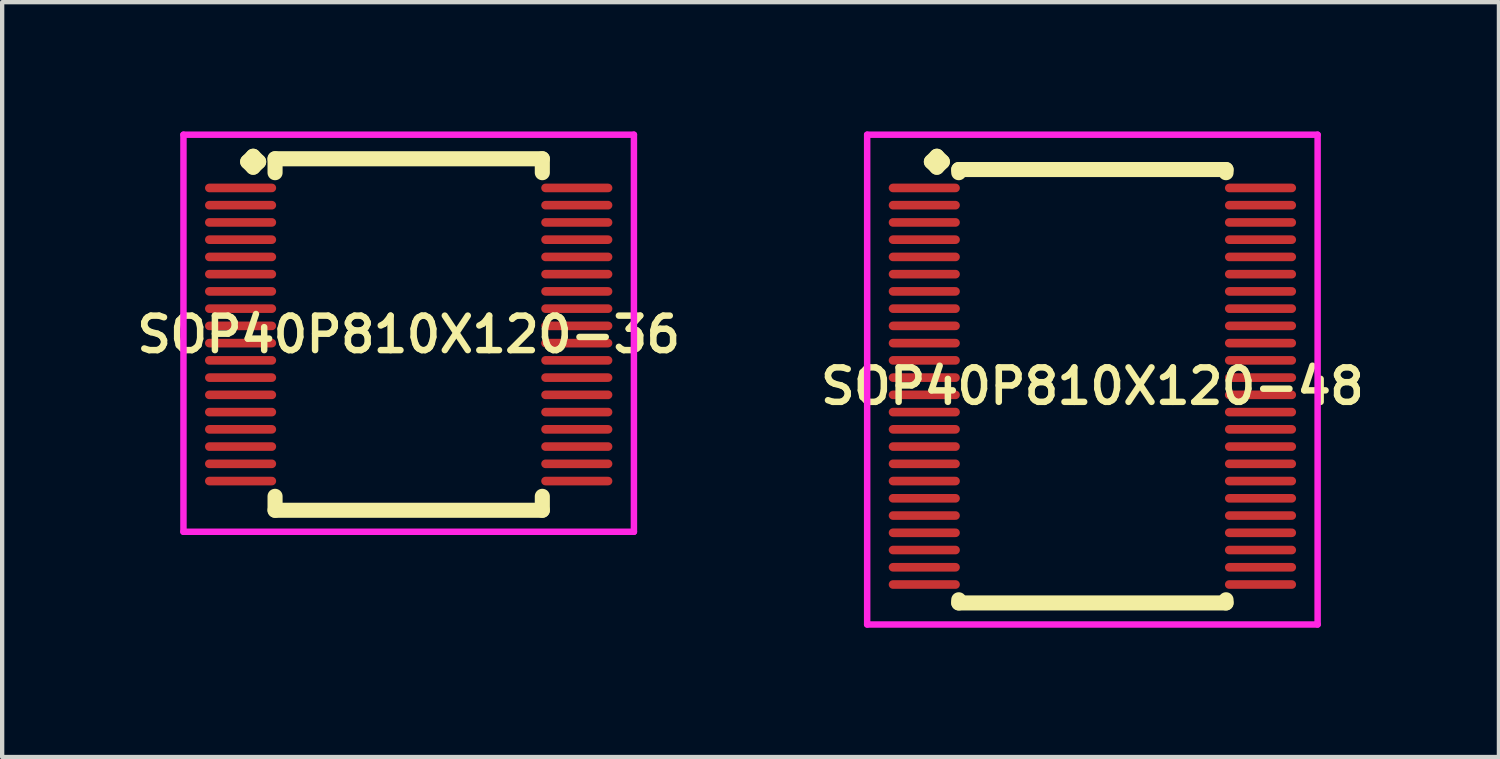
<source format=kicad_pcb>
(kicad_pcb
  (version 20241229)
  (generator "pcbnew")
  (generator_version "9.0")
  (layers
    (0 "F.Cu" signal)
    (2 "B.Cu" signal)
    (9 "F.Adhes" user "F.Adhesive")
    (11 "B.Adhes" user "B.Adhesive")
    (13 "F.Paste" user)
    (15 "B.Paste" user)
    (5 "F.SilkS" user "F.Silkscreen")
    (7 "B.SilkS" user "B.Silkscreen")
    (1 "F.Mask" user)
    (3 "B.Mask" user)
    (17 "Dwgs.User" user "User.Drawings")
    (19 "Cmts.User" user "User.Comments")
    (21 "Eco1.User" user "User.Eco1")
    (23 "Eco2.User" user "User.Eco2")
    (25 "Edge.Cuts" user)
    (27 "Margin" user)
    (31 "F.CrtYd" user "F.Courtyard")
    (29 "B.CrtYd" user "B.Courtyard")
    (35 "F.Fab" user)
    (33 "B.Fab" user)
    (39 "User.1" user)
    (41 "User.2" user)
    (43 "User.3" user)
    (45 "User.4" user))
  (footprint "SOP40P810X120-48"
    (layer "F.Cu")
    (at 22.292 5.91)
    (property "Reference" "SOP40P810X120-48" (at 0 0 0) (layer "F.SilkS") (effects (font (size 0.8 0.8) (thickness 0.15))))
    (attr through_hole)
    (fp_line (start -3.735 -5.208) (end -3.608 -5.335) (stroke (width 0.35) (type solid)) (layer "F.SilkS"))
    (fp_line (start -3.608 -5.335) (end -3.481 -5.208) (stroke (width 0.35) (type solid)) (layer "F.SilkS"))
    (fp_line (start -3.608 -5.081) (end -3.735 -5.208) (stroke (width 0.35) (type solid)) (layer "F.SilkS"))
    (fp_line (start -3.481 -5.208) (end -3.608 -5.081) (stroke (width 0.35) (type solid)) (layer "F.SilkS"))
    (fp_line (start -3.1 -5.027) (end 3.1 -5.027) (stroke (width 0.35) (type solid)) (layer "F.SilkS"))
    (fp_line (start -3.1 -4.954) (end -3.1 -5.027) (stroke (width 0.35) (type solid)) (layer "F.SilkS"))
    (fp_line (start -3.1 4.954) (end -3.1 5.027) (stroke (width 0.35) (type solid)) (layer "F.SilkS"))
    (fp_line (start -3.1 5.027) (end 3.1 5.027) (stroke (width 0.35) (type solid)) (layer "F.SilkS"))
    (fp_line (start 3.1 -5.027) (end 3.1 -4.954) (stroke (width 0.35) (type solid)) (layer "F.SilkS"))
    (fp_line (start 3.1 5.027) (end 3.1 4.954) (stroke (width 0.35) (type solid)) (layer "F.SilkS"))
    (fp_line (start -5.225 -5.835) (end 5.225 -5.835) (stroke (width 0.15) (type solid)) (layer "F.CrtYd"))
    (fp_line (start -5.225 5.527) (end -5.225 -5.835) (stroke (width 0.15) (type solid)) (layer "F.CrtYd"))
    (fp_line (start 5.225 -5.835) (end 5.225 5.527) (stroke (width 0.15) (type solid)) (layer "F.CrtYd"))
    (fp_line (start 5.225 5.527) (end -5.225 5.527) (stroke (width 0.15) (type solid)) (layer "F.CrtYd"))
    (pad "1" smd oval (at -3.9 -4.6) (size 1.65 0.2) (layers "F.Cu" "F.Mask" "F.Paste"))
    (pad "2" smd oval (at -3.9 -4.2) (size 1.65 0.2) (layers "F.Cu" "F.Mask" "F.Paste"))
    (pad "3" smd oval (at -3.9 -3.8) (size 1.65 0.2) (layers "F.Cu" "F.Mask" "F.Paste"))
    (pad "4" smd oval (at -3.9 -3.4) (size 1.65 0.2) (layers "F.Cu" "F.Mask" "F.Paste"))
    (pad "5" smd oval (at -3.9 -3) (size 1.65 0.2) (layers "F.Cu" "F.Mask" "F.Paste"))
    (pad "6" smd oval (at -3.9 -2.6) (size 1.65 0.2) (layers "F.Cu" "F.Mask" "F.Paste"))
    (pad "7" smd oval (at -3.9 -2.2) (size 1.65 0.2) (layers "F.Cu" "F.Mask" "F.Paste"))
    (pad "8" smd oval (at -3.9 -1.8) (size 1.65 0.2) (layers "F.Cu" "F.Mask" "F.Paste"))
    (pad "9" smd oval (at -3.9 -1.4) (size 1.65 0.2) (layers "F.Cu" "F.Mask" "F.Paste"))
    (pad "10" smd oval (at -3.9 -1) (size 1.65 0.2) (layers "F.Cu" "F.Mask" "F.Paste"))
    (pad "11" smd oval (at -3.9 -0.6) (size 1.65 0.2) (layers "F.Cu" "F.Mask" "F.Paste"))
    (pad "12" smd oval (at -3.9 -0.2) (size 1.65 0.2) (layers "F.Cu" "F.Mask" "F.Paste"))
    (pad "13" smd oval (at -3.9 0.2) (size 1.65 0.2) (layers "F.Cu" "F.Mask" "F.Paste"))
    (pad "14" smd oval (at -3.9 0.6) (size 1.65 0.2) (layers "F.Cu" "F.Mask" "F.Paste"))
    (pad "15" smd oval (at -3.9 1) (size 1.65 0.2) (layers "F.Cu" "F.Mask" "F.Paste"))
    (pad "16" smd oval (at -3.9 1.4) (size 1.65 0.2) (layers "F.Cu" "F.Mask" "F.Paste"))
    (pad "17" smd oval (at -3.9 1.8) (size 1.65 0.2) (layers "F.Cu" "F.Mask" "F.Paste"))
    (pad "18" smd oval (at -3.9 2.2) (size 1.65 0.2) (layers "F.Cu" "F.Mask" "F.Paste"))
    (pad "19" smd oval (at -3.9 2.6) (size 1.65 0.2) (layers "F.Cu" "F.Mask" "F.Paste"))
    (pad "20" smd oval (at -3.9 3) (size 1.65 0.2) (layers "F.Cu" "F.Mask" "F.Paste"))
    (pad "21" smd oval (at -3.9 3.4) (size 1.65 0.2) (layers "F.Cu" "F.Mask" "F.Paste"))
    (pad "22" smd oval (at -3.9 3.8) (size 1.65 0.2) (layers "F.Cu" "F.Mask" "F.Paste"))
    (pad "23" smd oval (at -3.9 4.2) (size 1.65 0.2) (layers "F.Cu" "F.Mask" "F.Paste"))
    (pad "24" smd oval (at -3.9 4.6) (size 1.65 0.2) (layers "F.Cu" "F.Mask" "F.Paste"))
    (pad "25" smd oval (at 3.9 4.6) (size 1.65 0.2) (layers "F.Cu" "F.Mask" "F.Paste"))
    (pad "26" smd oval (at 3.9 4.2) (size 1.65 0.2) (layers "F.Cu" "F.Mask" "F.Paste"))
    (pad "27" smd oval (at 3.9 3.8) (size 1.65 0.2) (layers "F.Cu" "F.Mask" "F.Paste"))
    (pad "28" smd oval (at 3.9 3.4) (size 1.65 0.2) (layers "F.Cu" "F.Mask" "F.Paste"))
    (pad "29" smd oval (at 3.9 3) (size 1.65 0.2) (layers "F.Cu" "F.Mask" "F.Paste"))
    (pad "30" smd oval (at 3.9 2.6) (size 1.65 0.2) (layers "F.Cu" "F.Mask" "F.Paste"))
    (pad "31" smd oval (at 3.9 2.2) (size 1.65 0.2) (layers "F.Cu" "F.Mask" "F.Paste"))
    (pad "32" smd oval (at 3.9 1.8) (size 1.65 0.2) (layers "F.Cu" "F.Mask" "F.Paste"))
    (pad "33" smd oval (at 3.9 1.4) (size 1.65 0.2) (layers "F.Cu" "F.Mask" "F.Paste"))
    (pad "34" smd oval (at 3.9 1) (size 1.65 0.2) (layers "F.Cu" "F.Mask" "F.Paste"))
    (pad "35" smd oval (at 3.9 0.6) (size 1.65 0.2) (layers "F.Cu" "F.Mask" "F.Paste"))
    (pad "36" smd oval (at 3.9 0.2) (size 1.65 0.2) (layers "F.Cu" "F.Mask" "F.Paste"))
    (pad "37" smd oval (at 3.9 -0.2) (size 1.65 0.2) (layers "F.Cu" "F.Mask" "F.Paste"))
    (pad "38" smd oval (at 3.9 -0.6) (size 1.65 0.2) (layers "F.Cu" "F.Mask" "F.Paste"))
    (pad "39" smd oval (at 3.9 -1) (size 1.65 0.2) (layers "F.Cu" "F.Mask" "F.Paste"))
    (pad "40" smd oval (at 3.9 -1.4) (size 1.65 0.2) (layers "F.Cu" "F.Mask" "F.Paste"))
    (pad "41" smd oval (at 3.9 -1.8) (size 1.65 0.2) (layers "F.Cu" "F.Mask" "F.Paste"))
    (pad "42" smd oval (at 3.9 -2.2) (size 1.65 0.2) (layers "F.Cu" "F.Mask" "F.Paste"))
    (pad "43" smd oval (at 3.9 -2.6) (size 1.65 0.2) (layers "F.Cu" "F.Mask" "F.Paste"))
    (pad "44" smd oval (at 3.9 -3) (size 1.65 0.2) (layers "F.Cu" "F.Mask" "F.Paste"))
    (pad "45" smd oval (at 3.9 -3.4) (size 1.65 0.2) (layers "F.Cu" "F.Mask" "F.Paste"))
    (pad "46" smd oval (at 3.9 -3.8) (size 1.65 0.2) (layers "F.Cu" "F.Mask" "F.Paste"))
    (pad "47" smd oval (at 3.9 -4.2) (size 1.65 0.2) (layers "F.Cu" "F.Mask" "F.Paste"))
    (pad "48" smd oval (at 3.9 -4.6) (size 1.65 0.2) (layers "F.Cu" "F.Mask" "F.Paste")))
  (footprint "SOP40P810X120-36"
    (layer "F.Cu")
    (at 6.431 4.71)
    (property "Reference" "SOP40P810X120-36" (at 0 0 0) (layer "F.SilkS") (effects (font (size 0.8 0.8) (thickness 0.15))))
    (attr smd)
    (fp_line (start -3.735 -4.008) (end -3.608 -4.135) (stroke (width 0.35) (type solid)) (layer "F.SilkS"))
    (fp_line (start -3.608 -4.135) (end -3.481 -4.008) (stroke (width 0.35) (type solid)) (layer "F.SilkS"))
    (fp_line (start -3.608 -3.881) (end -3.735 -4.008) (stroke (width 0.35) (type solid)) (layer "F.SilkS"))
    (fp_line (start -3.481 -4.008) (end -3.608 -3.881) (stroke (width 0.35) (type solid)) (layer "F.SilkS"))
    (fp_line (start -3.1 -4.077) (end 3.1 -4.077) (stroke (width 0.35) (type solid)) (layer "F.SilkS"))
    (fp_line (start -3.1 -3.754) (end -3.1 -4.077) (stroke (width 0.35) (type solid)) (layer "F.SilkS"))
    (fp_line (start -3.1 3.754) (end -3.1 4.077) (stroke (width 0.35) (type solid)) (layer "F.SilkS"))
    (fp_line (start -3.1 4.077) (end 3.1 4.077) (stroke (width 0.35) (type solid)) (layer "F.SilkS"))
    (fp_line (start 3.1 -4.077) (end 3.1 -3.754) (stroke (width 0.35) (type solid)) (layer "F.SilkS"))
    (fp_line (start 3.1 4.077) (end 3.1 3.754) (stroke (width 0.35) (type solid)) (layer "F.SilkS"))
    (fp_line (start -5.225 -4.635) (end 5.225 -4.635) (stroke (width 0.15) (type solid)) (layer "F.CrtYd"))
    (fp_line (start -5.225 4.577) (end -5.225 -4.635) (stroke (width 0.15) (type solid)) (layer "F.CrtYd"))
    (fp_line (start 5.225 -4.635) (end 5.225 4.577) (stroke (width 0.15) (type solid)) (layer "F.CrtYd"))
    (fp_line (start 5.225 4.577) (end -5.225 4.577) (stroke (width 0.15) (type solid)) (layer "F.CrtYd"))
    (pad "1" smd oval (at -3.9 -3.4) (size 1.65 0.2) (layers "F.Cu" "F.Mask" "F.Paste"))
    (pad "2" smd oval (at -3.9 -3) (size 1.65 0.2) (layers "F.Cu" "F.Mask" "F.Paste"))
    (pad "3" smd oval (at -3.9 -2.6) (size 1.65 0.2) (layers "F.Cu" "F.Mask" "F.Paste"))
    (pad "4" smd oval (at -3.9 -2.2) (size 1.65 0.2) (layers "F.Cu" "F.Mask" "F.Paste"))
    (pad "5" smd oval (at -3.9 -1.8) (size 1.65 0.2) (layers "F.Cu" "F.Mask" "F.Paste"))
    (pad "6" smd oval (at -3.9 -1.4) (size 1.65 0.2) (layers "F.Cu" "F.Mask" "F.Paste"))
    (pad "7" smd oval (at -3.9 -1) (size 1.65 0.2) (layers "F.Cu" "F.Mask" "F.Paste"))
    (pad "8" smd oval (at -3.9 -0.6) (size 1.65 0.2) (layers "F.Cu" "F.Mask" "F.Paste"))
    (pad "9" smd oval (at -3.9 -0.2) (size 1.65 0.2) (layers "F.Cu" "F.Mask" "F.Paste"))
    (pad "10" smd oval (at -3.9 0.2) (size 1.65 0.2) (layers "F.Cu" "F.Mask" "F.Paste"))
    (pad "11" smd oval (at -3.9 0.6) (size 1.65 0.2) (layers "F.Cu" "F.Mask" "F.Paste"))
    (pad "12" smd oval (at -3.9 1) (size 1.65 0.2) (layers "F.Cu" "F.Mask" "F.Paste"))
    (pad "13" smd oval (at -3.9 1.4) (size 1.65 0.2) (layers "F.Cu" "F.Mask" "F.Paste"))
    (pad "14" smd oval (at -3.9 1.8) (size 1.65 0.2) (layers "F.Cu" "F.Mask" "F.Paste"))
    (pad "15" smd oval (at -3.9 2.2) (size 1.65 0.2) (layers "F.Cu" "F.Mask" "F.Paste"))
    (pad "16" smd oval (at -3.9 2.6) (size 1.65 0.2) (layers "F.Cu" "F.Mask" "F.Paste"))
    (pad "17" smd oval (at -3.9 3) (size 1.65 0.2) (layers "F.Cu" "F.Mask" "F.Paste"))
    (pad "18" smd oval (at -3.9 3.4) (size 1.65 0.2) (layers "F.Cu" "F.Mask" "F.Paste"))
    (pad "19" smd oval (at 3.9 3.4) (size 1.65 0.2) (layers "F.Cu" "F.Mask" "F.Paste"))
    (pad "20" smd oval (at 3.9 3) (size 1.65 0.2) (layers "F.Cu" "F.Mask" "F.Paste"))
    (pad "21" smd oval (at 3.9 2.6) (size 1.65 0.2) (layers "F.Cu" "F.Mask" "F.Paste"))
    (pad "22" smd oval (at 3.9 2.2) (size 1.65 0.2) (layers "F.Cu" "F.Mask" "F.Paste"))
    (pad "23" smd oval (at 3.9 1.8) (size 1.65 0.2) (layers "F.Cu" "F.Mask" "F.Paste"))
    (pad "24" smd oval (at 3.9 1.4) (size 1.65 0.2) (layers "F.Cu" "F.Mask" "F.Paste"))
    (pad "25" smd oval (at 3.9 1) (size 1.65 0.2) (layers "F.Cu" "F.Mask" "F.Paste"))
    (pad "26" smd oval (at 3.9 0.6) (size 1.65 0.2) (layers "F.Cu" "F.Mask" "F.Paste"))
    (pad "27" smd oval (at 3.9 0.2) (size 1.65 0.2) (layers "F.Cu" "F.Mask" "F.Paste"))
    (pad "28" smd oval (at 3.9 -0.2) (size 1.65 0.2) (layers "F.Cu" "F.Mask" "F.Paste"))
    (pad "29" smd oval (at 3.9 -0.6) (size 1.65 0.2) (layers "F.Cu" "F.Mask" "F.Paste"))
    (pad "30" smd oval (at 3.9 -1) (size 1.65 0.2) (layers "F.Cu" "F.Mask" "F.Paste"))
    (pad "31" smd oval (at 3.9 -1.4) (size 1.65 0.2) (layers "F.Cu" "F.Mask" "F.Paste"))
    (pad "32" smd oval (at 3.9 -1.8) (size 1.65 0.2) (layers "F.Cu" "F.Mask" "F.Paste"))
    (pad "33" smd oval (at 3.9 -2.2) (size 1.65 0.2) (layers "F.Cu" "F.Mask" "F.Paste"))
    (pad "34" smd oval (at 3.9 -2.6) (size 1.65 0.2) (layers "F.Cu" "F.Mask" "F.Paste"))
    (pad "35" smd oval (at 3.9 -3) (size 1.65 0.2) (layers "F.Cu" "F.Mask" "F.Paste"))
    (pad "36" smd oval (at 3.9 -3.4) (size 1.65 0.2) (layers "F.Cu" "F.Mask" "F.Paste")))
  (gr_rect
    (start -3 -3)
    (end 31.723 14.512)
    (stroke (width 0.1) (type default))
    (fill no)
    (layer "Edge.Cuts")))
</source>
